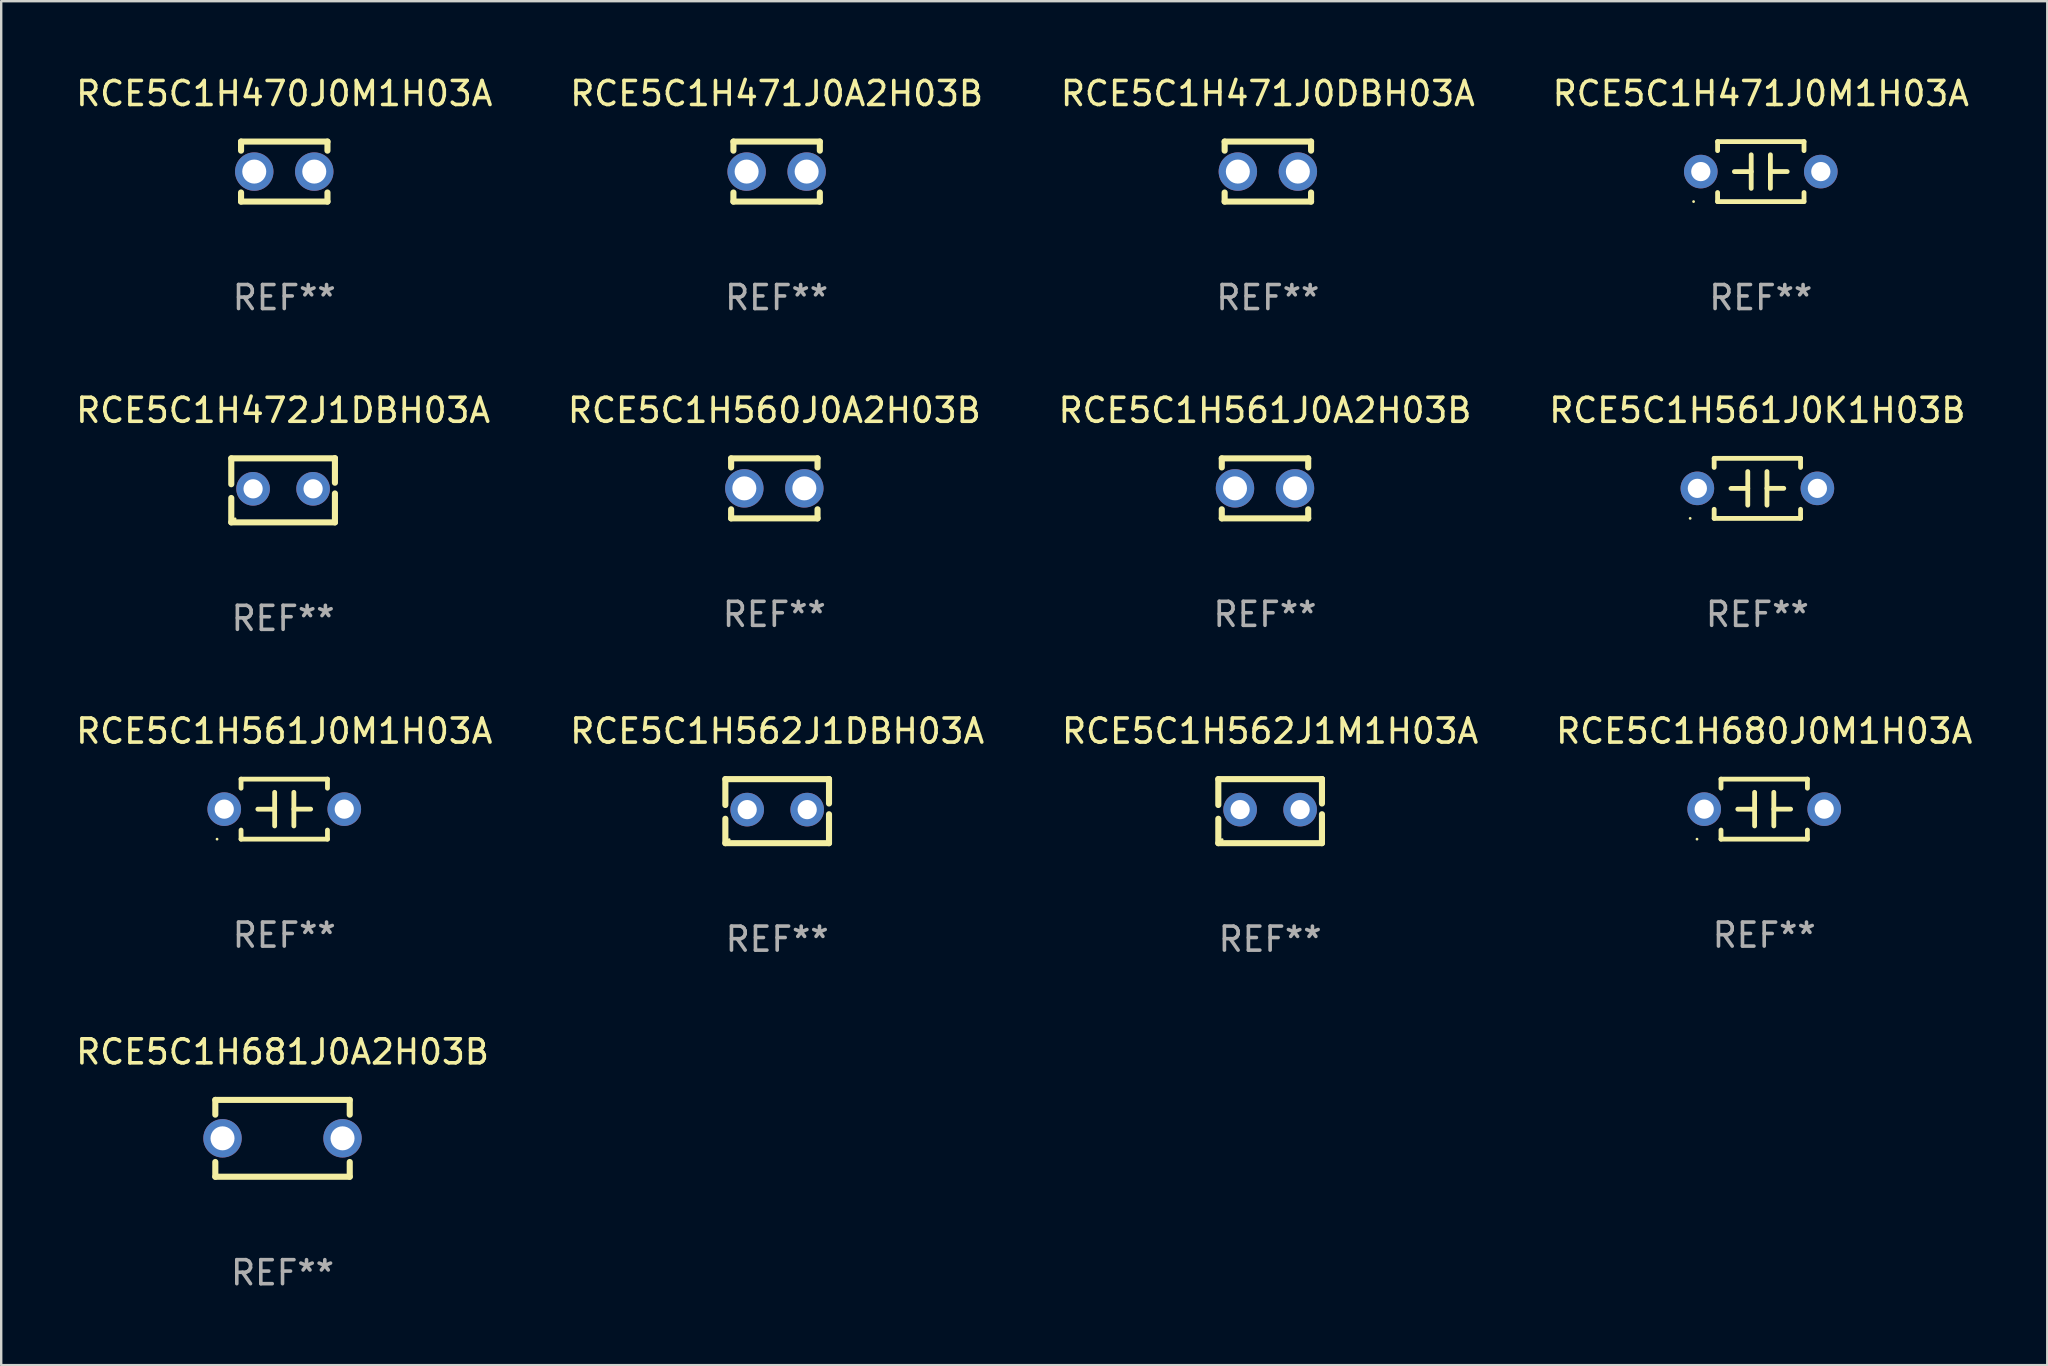
<source format=kicad_pcb>
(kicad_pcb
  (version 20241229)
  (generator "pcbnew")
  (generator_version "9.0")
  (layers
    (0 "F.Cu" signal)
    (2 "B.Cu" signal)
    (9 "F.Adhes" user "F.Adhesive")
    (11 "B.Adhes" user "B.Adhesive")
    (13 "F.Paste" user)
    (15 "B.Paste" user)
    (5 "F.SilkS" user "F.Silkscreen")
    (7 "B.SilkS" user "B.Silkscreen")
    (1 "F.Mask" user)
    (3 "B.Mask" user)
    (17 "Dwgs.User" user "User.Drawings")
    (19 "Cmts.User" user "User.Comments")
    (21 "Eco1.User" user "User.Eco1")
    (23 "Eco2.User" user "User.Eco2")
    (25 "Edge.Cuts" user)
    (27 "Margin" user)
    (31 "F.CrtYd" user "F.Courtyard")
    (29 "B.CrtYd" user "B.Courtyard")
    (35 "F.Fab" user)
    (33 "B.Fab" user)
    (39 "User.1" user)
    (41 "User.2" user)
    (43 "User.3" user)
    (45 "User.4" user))
  (footprint "RCE5C1H471J0A2H03B"
    (layer "F.Cu")
    (at 29.304 4.098)
    (property "Reference" "RCE5C1H471J0A2H03B" (at 0 -3.25 0) (layer "F.SilkS") (effects (font (size 1 1) (thickness 0.15))))
    (attr through_hole)
    (fp_line (start -1.8 -1.25) (end -1.8 -0.872) (stroke (width 0.254) (type solid)) (layer "F.SilkS"))
    (fp_line (start -1.8 -1.25) (end 1.8 -1.25) (stroke (width 0.254) (type solid)) (layer "F.SilkS"))
    (fp_line (start -1.8 0.872) (end -1.8 1.25) (stroke (width 0.254) (type solid)) (layer "F.SilkS"))
    (fp_line (start -1.8 1.25) (end 1.8 1.25) (stroke (width 0.254) (type solid)) (layer "F.SilkS"))
    (fp_line (start 1.8 -1.25) (end 1.8 -0.872) (stroke (width 0.254) (type solid)) (layer "F.SilkS"))
    (fp_line (start 1.8 0.872) (end 1.8 1.25) (stroke (width 0.254) (type solid)) (layer "F.SilkS"))
    (fp_circle (center -1.8 1.25) (end -1.77 1.25) (stroke (width 0.06) (type solid)) (fill no) (layer "F.SilkS"))
    (fp_text user "REF**" (at 0 5.25 0) (layer "F.Fab") (effects (font (size 1 1) (thickness 0.15))))
    (pad "1" thru_hole circle (at -1.25 0) (size 1.6 1.6) (drill 1) (layers "*.Cu" "*.Mask"))
    (pad "2" thru_hole circle (at 1.25 0) (size 1.6 1.6) (drill 1) (layers "*.Cu" "*.Mask")))
  (footprint "RCE5C1H562J1DBH03A"
    (layer "F.Cu")
    (at 29.327 30.742)
    (property "Reference" "RCE5C1H562J1DBH03A" (at 0 -3.334 0) (layer "F.SilkS") (effects (font (size 1 1) (thickness 0.15))))
    (attr through_hole)
    (fp_line (start -2.159 -1.334) (end 2.159 -1.334) (stroke (width 0.254) (type solid)) (layer "F.SilkS"))
    (fp_line (start -2.159 -0.256) (end -2.159 -1.334) (stroke (width 0.254) (type solid)) (layer "F.SilkS"))
    (fp_line (start -2.159 1.334) (end -2.159 0.318) (stroke (width 0.254) (type solid)) (layer "F.SilkS"))
    (fp_line (start 2.159 -1.334) (end 2.159 -1.334) (stroke (width 0.254) (type solid)) (layer "F.SilkS"))
    (fp_line (start 2.159 -1.334) (end 2.159 -0.318) (stroke (width 0.254) (type solid)) (layer "F.SilkS"))
    (fp_line (start 2.159 0.129) (end 2.159 1.334) (stroke (width 0.254) (type solid)) (layer "F.SilkS"))
    (fp_line (start 2.159 1.334) (end -2.159 1.334) (stroke (width 0.254) (type solid)) (layer "F.SilkS"))
    (fp_circle (center -2 1.186) (end -1.97 1.186) (stroke (width 0.06) (type solid)) (fill no) (layer "F.SilkS"))
    (fp_text user "REF**" (at 0 5.334 0) (layer "F.Fab") (effects (font (size 1 1) (thickness 0.15))))
    (pad "1" thru_hole circle (at -1.25 -0.064) (size 1.4 1.4) (drill 0.8) (layers "*.Cu" "*.Mask"))
    (pad "2" thru_hole circle (at 1.25 -0.064) (size 1.4 1.4) (drill 0.8) (layers "*.Cu" "*.Mask")))
  (footprint "RCE5C1H561J0M1H03A"
    (layer "F.Cu")
    (at 8.792 30.658)
    (property "Reference" "RCE5C1H561J0M1H03A" (at 0 -3.25 0) (layer "F.SilkS") (effects (font (size 1 1) (thickness 0.15))))
    (attr through_hole)
    (fp_line (start -1.8 -1.25) (end -1.8 -0.872) (stroke (width 0.2) (type solid)) (layer "F.SilkS"))
    (fp_line (start -1.8 -1.25) (end 1.8 -1.25) (stroke (width 0.2) (type solid)) (layer "F.SilkS"))
    (fp_line (start -1.8 0.872) (end -1.8 1.25) (stroke (width 0.2) (type solid)) (layer "F.SilkS"))
    (fp_line (start -1.8 1.25) (end 1.8 1.25) (stroke (width 0.2) (type solid)) (layer "F.SilkS"))
    (fp_line (start -0.4 -0.7) (end -0.4 0.7) (stroke (width 0.2) (type solid)) (layer "F.SilkS"))
    (fp_line (start -0.4 0.002) (end -1.1 0.002) (stroke (width 0.2) (type solid)) (layer "F.SilkS"))
    (fp_line (start 0.4 -0.001) (end 1.1 -0.001) (stroke (width 0.2) (type solid)) (layer "F.SilkS"))
    (fp_line (start 0.4 0.7) (end 0.4 -0.7) (stroke (width 0.2) (type solid)) (layer "F.SilkS"))
    (fp_line (start 1.8 -1.25) (end 1.8 -0.872) (stroke (width 0.2) (type solid)) (layer "F.SilkS"))
    (fp_line (start 1.8 0.872) (end 1.8 1.25) (stroke (width 0.2) (type solid)) (layer "F.SilkS"))
    (fp_circle (center -2.8 1.25) (end -2.77 1.25) (stroke (width 0.06) (type solid)) (fill no) (layer "F.SilkS"))
    (fp_text user "REF**" (at 0 5.25 0) (layer "F.Fab") (effects (font (size 1 1) (thickness 0.15))))
    (pad "1" thru_hole circle (at -2.5 0) (size 1.4 1.4) (drill 0.8) (layers "*.Cu" "*.Mask"))
    (pad "2" thru_hole circle (at 2.5 0) (size 1.4 1.4) (drill 0.8) (layers "*.Cu" "*.Mask")))
  (footprint "RCE5C1H472J1DBH03A"
    (layer "F.Cu")
    (at 8.744 17.378)
    (property "Reference" "RCE5C1H472J1DBH03A" (at 0 -3.334 0) (layer "F.SilkS") (effects (font (size 1 1) (thickness 0.15))))
    (attr through_hole)
    (fp_line (start -2.159 -1.334) (end 2.159 -1.334) (stroke (width 0.254) (type solid)) (layer "F.SilkS"))
    (fp_line (start -2.159 -0.256) (end -2.159 -1.334) (stroke (width 0.254) (type solid)) (layer "F.SilkS"))
    (fp_line (start -2.159 1.334) (end -2.159 0.318) (stroke (width 0.254) (type solid)) (layer "F.SilkS"))
    (fp_line (start 2.159 -1.334) (end 2.159 -1.334) (stroke (width 0.254) (type solid)) (layer "F.SilkS"))
    (fp_line (start 2.159 -1.334) (end 2.159 -0.318) (stroke (width 0.254) (type solid)) (layer "F.SilkS"))
    (fp_line (start 2.159 0.129) (end 2.159 1.334) (stroke (width 0.254) (type solid)) (layer "F.SilkS"))
    (fp_line (start 2.159 1.334) (end -2.159 1.334) (stroke (width 0.254) (type solid)) (layer "F.SilkS"))
    (fp_circle (center -2 1.186) (end -1.97 1.186) (stroke (width 0.06) (type solid)) (fill no) (layer "F.SilkS"))
    (fp_text user "REF**" (at 0 5.334 0) (layer "F.Fab") (effects (font (size 1 1) (thickness 0.15))))
    (pad "1" thru_hole circle (at -1.25 -0.064) (size 1.4 1.4) (drill 0.8) (layers "*.Cu" "*.Mask"))
    (pad "2" thru_hole circle (at 1.25 -0.064) (size 1.4 1.4) (drill 0.8) (layers "*.Cu" "*.Mask")))
  (footprint "RCE5C1H561J0A2H03B"
    (layer "F.Cu")
    (at 49.649 17.295)
    (property "Reference" "RCE5C1H561J0A2H03B" (at 0 -3.25 0) (layer "F.SilkS") (effects (font (size 1 1) (thickness 0.15))))
    (attr through_hole)
    (fp_line (start -1.8 -1.25) (end -1.8 -0.872) (stroke (width 0.254) (type solid)) (layer "F.SilkS"))
    (fp_line (start -1.8 -1.25) (end 1.8 -1.25) (stroke (width 0.254) (type solid)) (layer "F.SilkS"))
    (fp_line (start -1.8 0.872) (end -1.8 1.25) (stroke (width 0.254) (type solid)) (layer "F.SilkS"))
    (fp_line (start -1.8 1.25) (end 1.8 1.25) (stroke (width 0.254) (type solid)) (layer "F.SilkS"))
    (fp_line (start 1.8 -1.25) (end 1.8 -0.872) (stroke (width 0.254) (type solid)) (layer "F.SilkS"))
    (fp_line (start 1.8 0.872) (end 1.8 1.25) (stroke (width 0.254) (type solid)) (layer "F.SilkS"))
    (fp_circle (center -1.8 1.25) (end -1.77 1.25) (stroke (width 0.06) (type solid)) (fill no) (layer "F.SilkS"))
    (fp_text user "REF**" (at 0 5.25 0) (layer "F.Fab") (effects (font (size 1 1) (thickness 0.15))))
    (pad "1" thru_hole circle (at -1.25 0) (size 1.6 1.6) (drill 1) (layers "*.Cu" "*.Mask"))
    (pad "2" thru_hole circle (at 1.25 0) (size 1.6 1.6) (drill 1) (layers "*.Cu" "*.Mask")))
  (footprint "RCE5C1H680J0M1H03A"
    (layer "F.Cu")
    (at 70.446 30.658)
    (property "Reference" "RCE5C1H680J0M1H03A" (at 0 -3.25 0) (layer "F.SilkS") (effects (font (size 1 1) (thickness 0.15))))
    (attr through_hole)
    (fp_line (start -1.8 -1.25) (end -1.8 -0.872) (stroke (width 0.2) (type solid)) (layer "F.SilkS"))
    (fp_line (start -1.8 -1.25) (end 1.8 -1.25) (stroke (width 0.2) (type solid)) (layer "F.SilkS"))
    (fp_line (start -1.8 0.872) (end -1.8 1.25) (stroke (width 0.2) (type solid)) (layer "F.SilkS"))
    (fp_line (start -1.8 1.25) (end 1.8 1.25) (stroke (width 0.2) (type solid)) (layer "F.SilkS"))
    (fp_line (start -0.4 -0.7) (end -0.4 0.7) (stroke (width 0.2) (type solid)) (layer "F.SilkS"))
    (fp_line (start -0.4 0.002) (end -1.1 0.002) (stroke (width 0.2) (type solid)) (layer "F.SilkS"))
    (fp_line (start 0.4 -0.001) (end 1.1 -0.001) (stroke (width 0.2) (type solid)) (layer "F.SilkS"))
    (fp_line (start 0.4 0.7) (end 0.4 -0.7) (stroke (width 0.2) (type solid)) (layer "F.SilkS"))
    (fp_line (start 1.8 -1.25) (end 1.8 -0.872) (stroke (width 0.2) (type solid)) (layer "F.SilkS"))
    (fp_line (start 1.8 0.872) (end 1.8 1.25) (stroke (width 0.2) (type solid)) (layer "F.SilkS"))
    (fp_circle (center -2.8 1.25) (end -2.77 1.25) (stroke (width 0.06) (type solid)) (fill no) (layer "F.SilkS"))
    (fp_text user "REF**" (at 0 5.25 0) (layer "F.Fab") (effects (font (size 1 1) (thickness 0.15))))
    (pad "1" thru_hole circle (at -2.5 0) (size 1.4 1.4) (drill 0.8) (layers "*.Cu" "*.Mask"))
    (pad "2" thru_hole circle (at 2.5 0) (size 1.4 1.4) (drill 0.8) (layers "*.Cu" "*.Mask")))
  (footprint "RCE5C1H561J0K1H03B"
    (layer "F.Cu")
    (at 70.161 17.295)
    (property "Reference" "RCE5C1H561J0K1H03B" (at 0 -3.25 0) (layer "F.SilkS") (effects (font (size 1 1) (thickness 0.15))))
    (attr through_hole)
    (fp_line (start -1.8 -1.25) (end -1.8 -0.872) (stroke (width 0.2) (type solid)) (layer "F.SilkS"))
    (fp_line (start -1.8 -1.25) (end 1.8 -1.25) (stroke (width 0.2) (type solid)) (layer "F.SilkS"))
    (fp_line (start -1.8 0.872) (end -1.8 1.25) (stroke (width 0.2) (type solid)) (layer "F.SilkS"))
    (fp_line (start -1.8 1.25) (end 1.8 1.25) (stroke (width 0.2) (type solid)) (layer "F.SilkS"))
    (fp_line (start -0.4 -0.7) (end -0.4 0.7) (stroke (width 0.2) (type solid)) (layer "F.SilkS"))
    (fp_line (start -0.4 0.002) (end -1.1 0.002) (stroke (width 0.2) (type solid)) (layer "F.SilkS"))
    (fp_line (start 0.4 -0.001) (end 1.1 -0.001) (stroke (width 0.2) (type solid)) (layer "F.SilkS"))
    (fp_line (start 0.4 0.7) (end 0.4 -0.7) (stroke (width 0.2) (type solid)) (layer "F.SilkS"))
    (fp_line (start 1.8 -1.25) (end 1.8 -0.872) (stroke (width 0.2) (type solid)) (layer "F.SilkS"))
    (fp_line (start 1.8 0.872) (end 1.8 1.25) (stroke (width 0.2) (type solid)) (layer "F.SilkS"))
    (fp_circle (center -2.8 1.25) (end -2.77 1.25) (stroke (width 0.06) (type solid)) (fill no) (layer "F.SilkS"))
    (fp_text user "REF**" (at 0 5.25 0) (layer "F.Fab") (effects (font (size 1 1) (thickness 0.15))))
    (pad "1" thru_hole circle (at -2.5 0) (size 1.4 1.4) (drill 0.8) (layers "*.Cu" "*.Mask"))
    (pad "2" thru_hole circle (at 2.5 0) (size 1.4 1.4) (drill 0.8) (layers "*.Cu" "*.Mask")))
  (footprint "RCE5C1H560J0A2H03B"
    (layer "F.Cu")
    (at 29.208 17.295)
    (property "Reference" "RCE5C1H560J0A2H03B" (at 0 -3.25 0) (layer "F.SilkS") (effects (font (size 1 1) (thickness 0.15))))
    (attr through_hole)
    (fp_line (start -1.8 -1.25) (end -1.8 -0.872) (stroke (width 0.254) (type solid)) (layer "F.SilkS"))
    (fp_line (start -1.8 -1.25) (end 1.8 -1.25) (stroke (width 0.254) (type solid)) (layer "F.SilkS"))
    (fp_line (start -1.8 0.872) (end -1.8 1.25) (stroke (width 0.254) (type solid)) (layer "F.SilkS"))
    (fp_line (start -1.8 1.25) (end 1.8 1.25) (stroke (width 0.254) (type solid)) (layer "F.SilkS"))
    (fp_line (start 1.8 -1.25) (end 1.8 -0.872) (stroke (width 0.254) (type solid)) (layer "F.SilkS"))
    (fp_line (start 1.8 0.872) (end 1.8 1.25) (stroke (width 0.254) (type solid)) (layer "F.SilkS"))
    (fp_circle (center -1.8 1.25) (end -1.77 1.25) (stroke (width 0.06) (type solid)) (fill no) (layer "F.SilkS"))
    (fp_text user "REF**" (at 0 5.25 0) (layer "F.Fab") (effects (font (size 1 1) (thickness 0.15))))
    (pad "1" thru_hole circle (at -1.25 0) (size 1.6 1.6) (drill 1) (layers "*.Cu" "*.Mask"))
    (pad "2" thru_hole circle (at 1.25 0) (size 1.6 1.6) (drill 1) (layers "*.Cu" "*.Mask")))
  (footprint "RCE5C1H471J0DBH03A"
    (layer "F.Cu")
    (at 49.768 4.098)
    (property "Reference" "RCE5C1H471J0DBH03A" (at 0 -3.25 0) (layer "F.SilkS") (effects (font (size 1 1) (thickness 0.15))))
    (attr through_hole)
    (fp_line (start -1.8 -1.25) (end -1.8 -0.872) (stroke (width 0.254) (type solid)) (layer "F.SilkS"))
    (fp_line (start -1.8 -1.25) (end 1.8 -1.25) (stroke (width 0.254) (type solid)) (layer "F.SilkS"))
    (fp_line (start -1.8 0.872) (end -1.8 1.25) (stroke (width 0.254) (type solid)) (layer "F.SilkS"))
    (fp_line (start -1.8 1.25) (end 1.8 1.25) (stroke (width 0.254) (type solid)) (layer "F.SilkS"))
    (fp_line (start 1.8 -1.25) (end 1.8 -0.872) (stroke (width 0.254) (type solid)) (layer "F.SilkS"))
    (fp_line (start 1.8 0.872) (end 1.8 1.25) (stroke (width 0.254) (type solid)) (layer "F.SilkS"))
    (fp_circle (center -1.8 1.25) (end -1.77 1.25) (stroke (width 0.06) (type solid)) (fill no) (layer "F.SilkS"))
    (fp_text user "REF**" (at 0 5.25 0) (layer "F.Fab") (effects (font (size 1 1) (thickness 0.15))))
    (pad "1" thru_hole circle (at -1.25 0) (size 1.6 1.6) (drill 1) (layers "*.Cu" "*.Mask"))
    (pad "2" thru_hole circle (at 1.25 0) (size 1.6 1.6) (drill 1) (layers "*.Cu" "*.Mask")))
  (footprint "RCE5C1H471J0M1H03A"
    (layer "F.Cu")
    (at 70.304 4.098)
    (property "Reference" "RCE5C1H471J0M1H03A" (at 0 -3.25 0) (layer "F.SilkS") (effects (font (size 1 1) (thickness 0.15))))
    (attr through_hole)
    (fp_line (start -1.8 -1.25) (end -1.8 -0.872) (stroke (width 0.2) (type solid)) (layer "F.SilkS"))
    (fp_line (start -1.8 -1.25) (end 1.8 -1.25) (stroke (width 0.2) (type solid)) (layer "F.SilkS"))
    (fp_line (start -1.8 0.872) (end -1.8 1.25) (stroke (width 0.2) (type solid)) (layer "F.SilkS"))
    (fp_line (start -1.8 1.25) (end 1.8 1.25) (stroke (width 0.2) (type solid)) (layer "F.SilkS"))
    (fp_line (start -0.4 -0.7) (end -0.4 0.7) (stroke (width 0.2) (type solid)) (layer "F.SilkS"))
    (fp_line (start -0.4 0.002) (end -1.1 0.002) (stroke (width 0.2) (type solid)) (layer "F.SilkS"))
    (fp_line (start 0.4 -0.001) (end 1.1 -0.001) (stroke (width 0.2) (type solid)) (layer "F.SilkS"))
    (fp_line (start 0.4 0.7) (end 0.4 -0.7) (stroke (width 0.2) (type solid)) (layer "F.SilkS"))
    (fp_line (start 1.8 -1.25) (end 1.8 -0.872) (stroke (width 0.2) (type solid)) (layer "F.SilkS"))
    (fp_line (start 1.8 0.872) (end 1.8 1.25) (stroke (width 0.2) (type solid)) (layer "F.SilkS"))
    (fp_circle (center -2.8 1.25) (end -2.77 1.25) (stroke (width 0.06) (type solid)) (fill no) (layer "F.SilkS"))
    (fp_text user "REF**" (at 0 5.25 0) (layer "F.Fab") (effects (font (size 1 1) (thickness 0.15))))
    (pad "1" thru_hole circle (at -2.5 0) (size 1.4 1.4) (drill 0.8) (layers "*.Cu" "*.Mask"))
    (pad "2" thru_hole circle (at 2.5 0) (size 1.4 1.4) (drill 0.8) (layers "*.Cu" "*.Mask")))
  (footprint "RCE5C1H470J0M1H03A"
    (layer "F.Cu")
    (at 8.792 4.098)
    (property "Reference" "RCE5C1H470J0M1H03A" (at 0 -3.25 0) (layer "F.SilkS") (effects (font (size 1 1) (thickness 0.15))))
    (attr through_hole)
    (fp_line (start -1.8 -1.25) (end -1.8 -0.872) (stroke (width 0.254) (type solid)) (layer "F.SilkS"))
    (fp_line (start -1.8 -1.25) (end 1.8 -1.25) (stroke (width 0.254) (type solid)) (layer "F.SilkS"))
    (fp_line (start -1.8 0.872) (end -1.8 1.25) (stroke (width 0.254) (type solid)) (layer "F.SilkS"))
    (fp_line (start -1.8 1.25) (end 1.8 1.25) (stroke (width 0.254) (type solid)) (layer "F.SilkS"))
    (fp_line (start 1.8 -1.25) (end 1.8 -0.872) (stroke (width 0.254) (type solid)) (layer "F.SilkS"))
    (fp_line (start 1.8 0.872) (end 1.8 1.25) (stroke (width 0.254) (type solid)) (layer "F.SilkS"))
    (fp_circle (center -1.8 1.25) (end -1.77 1.25) (stroke (width 0.06) (type solid)) (fill no) (layer "F.SilkS"))
    (fp_text user "REF**" (at 0 5.25 0) (layer "F.Fab") (effects (font (size 1 1) (thickness 0.15))))
    (pad "1" thru_hole circle (at -1.25 0) (size 1.6 1.6) (drill 1) (layers "*.Cu" "*.Mask"))
    (pad "2" thru_hole circle (at 1.25 0) (size 1.6 1.6) (drill 1) (layers "*.Cu" "*.Mask")))
  (footprint "RCE5C1H681J0A2H03B"
    (layer "F.Cu")
    (at 8.72 44.372)
    (property "Reference" "RCE5C1H681J0A2H03B" (at 0 -3.6 0) (layer "F.SilkS") (effects (font (size 1 1) (thickness 0.15))))
    (attr through_hole)
    (fp_line (start -2.8 -1.6) (end 2.8 -1.6) (stroke (width 0.254) (type solid)) (layer "F.SilkS"))
    (fp_line (start -2.8 -0.986) (end -2.8 -1.6) (stroke (width 0.254) (type solid)) (layer "F.SilkS"))
    (fp_line (start -2.8 1.6) (end -2.8 0.986) (stroke (width 0.254) (type solid)) (layer "F.SilkS"))
    (fp_line (start 2.8 -1.6) (end 2.8 -0.986) (stroke (width 0.254) (type solid)) (layer "F.SilkS"))
    (fp_line (start 2.8 0.986) (end 2.8 1.6) (stroke (width 0.254) (type solid)) (layer "F.SilkS"))
    (fp_line (start 2.8 1.6) (end -2.8 1.6) (stroke (width 0.254) (type solid)) (layer "F.SilkS"))
    (fp_circle (center -2.8 1.6) (end -2.77 1.6) (stroke (width 0.06) (type solid)) (fill no) (layer "F.SilkS"))
    (fp_text user "REF**" (at 0 5.6 0) (layer "F.Fab") (effects (font (size 1 1) (thickness 0.15))))
    (pad "1" thru_hole circle (at -2.5 0) (size 1.6 1.6) (drill 1) (layers "*.Cu" "*.Mask"))
    (pad "2" thru_hole circle (at 2.5 0) (size 1.6 1.6) (drill 1) (layers "*.Cu" "*.Mask")))
  (footprint "RCE5C1H562J1M1H03A"
    (layer "F.Cu")
    (at 49.863 30.742)
    (property "Reference" "RCE5C1H562J1M1H03A" (at 0 -3.334 0) (layer "F.SilkS") (effects (font (size 1 1) (thickness 0.15))))
    (attr through_hole)
    (fp_line (start -2.159 -1.334) (end 2.159 -1.334) (stroke (width 0.254) (type solid)) (layer "F.SilkS"))
    (fp_line (start -2.159 -0.256) (end -2.159 -1.334) (stroke (width 0.254) (type solid)) (layer "F.SilkS"))
    (fp_line (start -2.159 1.334) (end -2.159 0.318) (stroke (width 0.254) (type solid)) (layer "F.SilkS"))
    (fp_line (start 2.159 -1.334) (end 2.159 -1.334) (stroke (width 0.254) (type solid)) (layer "F.SilkS"))
    (fp_line (start 2.159 -1.334) (end 2.159 -0.318) (stroke (width 0.254) (type solid)) (layer "F.SilkS"))
    (fp_line (start 2.159 0.129) (end 2.159 1.334) (stroke (width 0.254) (type solid)) (layer "F.SilkS"))
    (fp_line (start 2.159 1.334) (end -2.159 1.334) (stroke (width 0.254) (type solid)) (layer "F.SilkS"))
    (fp_circle (center -2 1.186) (end -1.97 1.186) (stroke (width 0.06) (type solid)) (fill no) (layer "F.SilkS"))
    (fp_text user "REF**" (at 0 5.334 0) (layer "F.Fab") (effects (font (size 1 1) (thickness 0.15))))
    (pad "1" thru_hole circle (at -1.25 -0.064) (size 1.4 1.4) (drill 0.8) (layers "*.Cu" "*.Mask"))
    (pad "2" thru_hole circle (at 1.25 -0.064) (size 1.4 1.4) (drill 0.8) (layers "*.Cu" "*.Mask")))
  (gr_rect
    (start -3 -3)
    (end 82.238 53.82)
    (stroke (width 0.1) (type default))
    (fill no)
    (layer "Edge.Cuts")))
</source>
